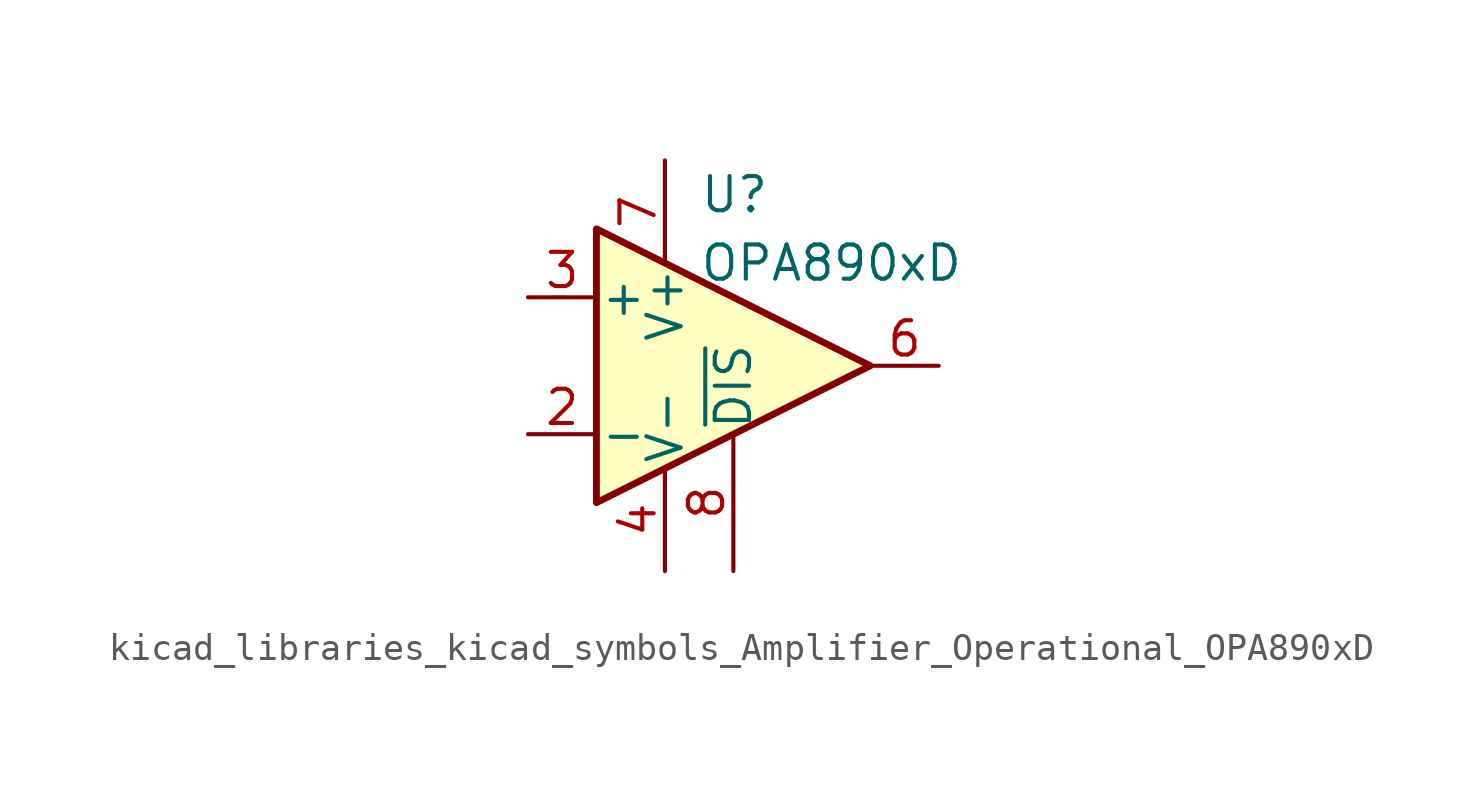
<source format=kicad_sym>
(kicad_symbol_lib
  (version 20220914)
  (generator kicad_symbol_editor)
  (symbol "kicad_libraries_kicad_symbols_Amplifier_Operational_OPA890xD"
    (pin_names
      (offset 0.127))
    (property "Reference" "U"
      (at -1.27 6.35 0)
      (effects (font (size 1.27 1.27)) (justify left)))
    (property "Value" "OPA890xD"
      (at -1.27 3.81 0)
      (effects (font (size 1.27 1.27)) (justify left)))
    (symbol "kicad_libraries_kicad_symbols_Amplifier_Operational_OPA890xD_0_1"
      (polyline (pts (xy -5.08 5.08) (xy 5.08 0) (xy -5.08 -5.08) (xy -5.08 5.08)) (stroke (width 0.254) (type default)) (fill (type background)))
      (pin power_in line (at -2.54 -7.62 90) (length 3.81) (name "V-" (effects (font (size 1.27 1.27)))) (number "4" (effects (font (size 1.27 1.27)))))
      (pin power_in line (at -2.54 7.62 270) (length 3.81) (name "V+" (effects (font (size 1.27 1.27)))) (number "7" (effects (font (size 1.27 1.27))))))
    (symbol "kicad_libraries_kicad_symbols_Amplifier_Operational_OPA890xD_1_1"
      (pin no_connect line (at -5.08 5.08 270) (length 2.54) hide (name "NC" (effects (font (size 1.27 1.27)))) (number "1" (effects (font (size 1.27 1.27)))))
      (pin input line (at -7.62 -2.54 0) (length 2.54) (name "-" (effects (font (size 1.27 1.27)))) (number "2" (effects (font (size 1.27 1.27)))))
      (pin input line (at -7.62 2.54 0) (length 2.54) (name "+" (effects (font (size 1.27 1.27)))) (number "3" (effects (font (size 1.27 1.27)))))
      (pin no_connect line (at -5.08 -5.08 90) (length 3.81) hide (name "NC" (effects (font (size 1.27 1.27)))) (number "5" (effects (font (size 1.27 1.27)))))
      (pin output line (at 7.62 0 180) (length 2.54) (name "~" (effects (font (size 1.27 1.27)))) (number "6" (effects (font (size 1.27 1.27)))))
      (pin input line (at 0 -7.62 90) (length 5.08) (name "~{DIS}" (effects (font (size 1.27 1.27)))) (number "8" (effects (font (size 1.27 1.27))))))))
</source>
